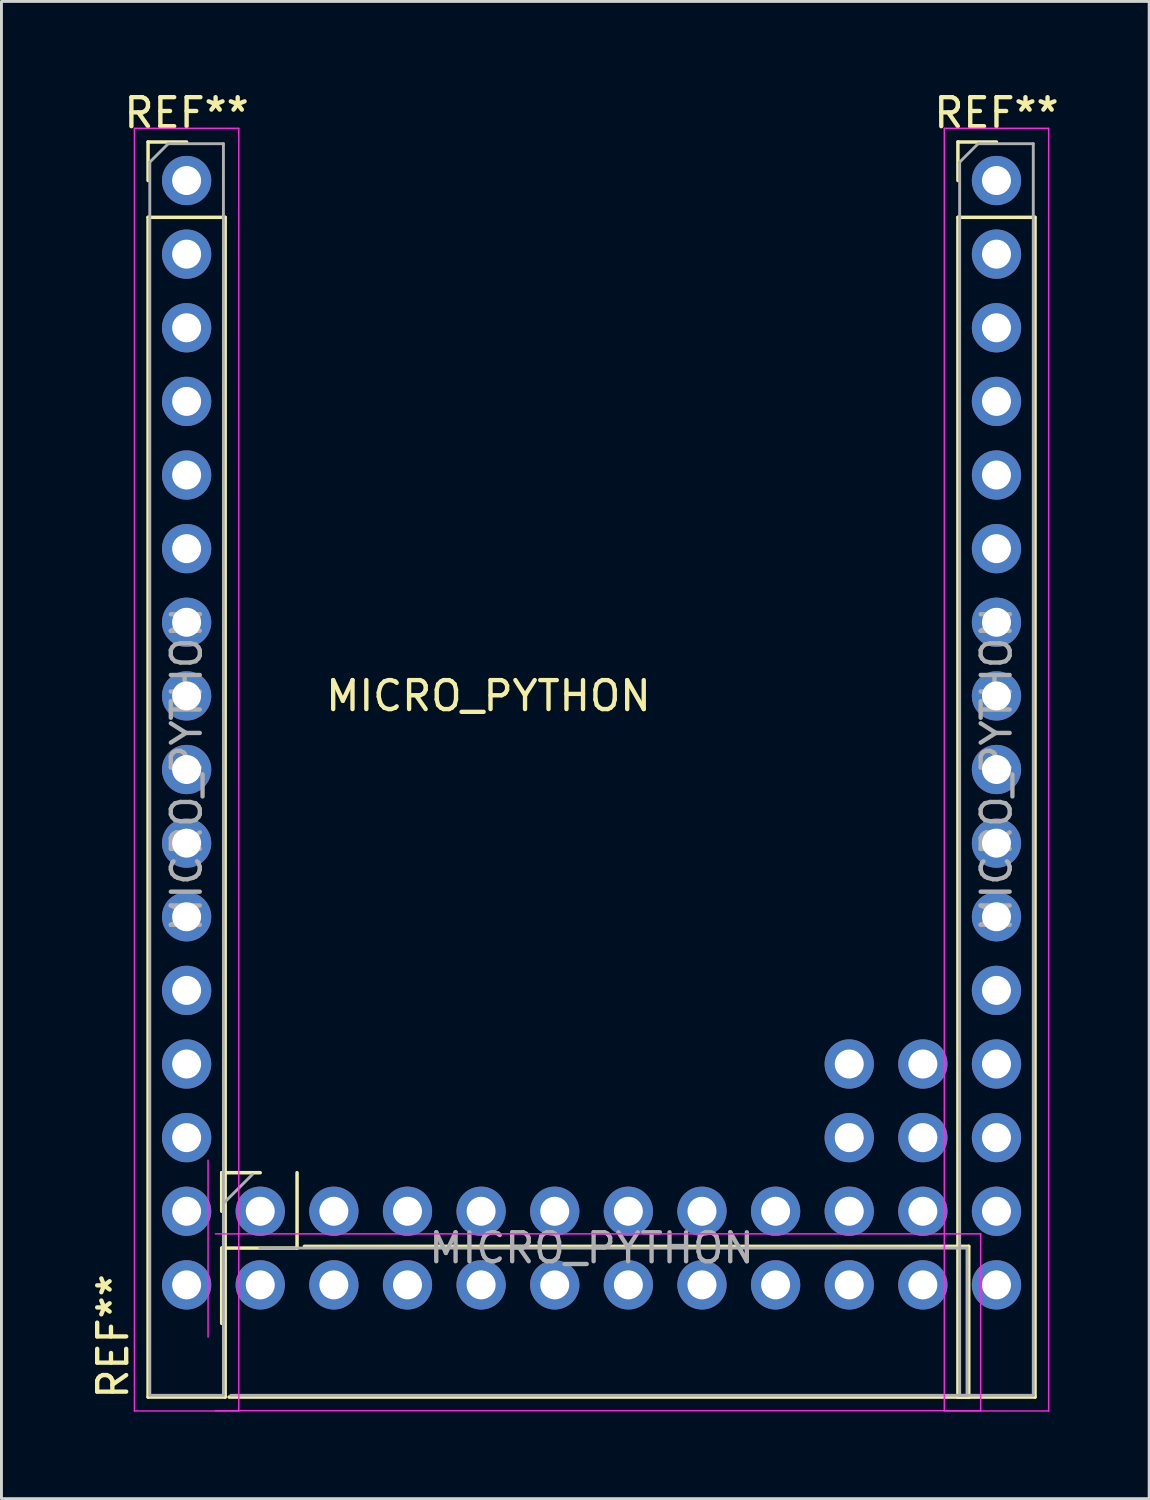
<source format=kicad_pcb>
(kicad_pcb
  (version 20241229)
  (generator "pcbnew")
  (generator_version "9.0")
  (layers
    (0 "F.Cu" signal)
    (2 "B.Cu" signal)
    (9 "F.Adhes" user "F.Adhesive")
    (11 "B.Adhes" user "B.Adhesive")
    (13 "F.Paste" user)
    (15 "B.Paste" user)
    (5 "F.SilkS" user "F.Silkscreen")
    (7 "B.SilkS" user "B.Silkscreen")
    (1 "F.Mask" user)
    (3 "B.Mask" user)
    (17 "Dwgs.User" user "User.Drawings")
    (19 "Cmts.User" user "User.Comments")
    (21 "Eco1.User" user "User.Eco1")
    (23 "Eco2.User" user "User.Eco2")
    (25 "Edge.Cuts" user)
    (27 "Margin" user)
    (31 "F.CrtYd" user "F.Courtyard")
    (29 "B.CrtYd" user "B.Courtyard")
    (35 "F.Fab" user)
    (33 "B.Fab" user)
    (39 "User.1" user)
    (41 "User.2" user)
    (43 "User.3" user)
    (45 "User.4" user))
  (footprint "MICRO_PYTHON"
    (layer "F.Cu")
    (at 13.294 22.99)
    (property "Reference" "MICRO_PYTHON" (at 0.508 -2.032 0) (layer "F.SilkS") (effects (font (size 1 1) (thickness 0.15))))
    (attr through_hole)
    (fp_line (start -11.236 -21.142) (end -9.906 -21.142) (stroke (width 0.12) (type solid)) (layer "F.SilkS"))
    (fp_line (start -11.236 -19.812) (end -11.236 -21.142) (stroke (width 0.12) (type solid)) (layer "F.SilkS"))
    (fp_line (start -11.236 -18.542) (end -11.236 22.158) (stroke (width 0.12) (type solid)) (layer "F.SilkS"))
    (fp_line (start -11.236 -18.542) (end -8.576 -18.542) (stroke (width 0.12) (type solid)) (layer "F.SilkS"))
    (fp_line (start -11.236 22.158) (end -8.576 22.158) (stroke (width 0.12) (type solid)) (layer "F.SilkS"))
    (fp_line (start -8.696 14.418) (end -7.366 14.418) (stroke (width 0.12) (type solid)) (layer "F.SilkS"))
    (fp_line (start -8.696 15.748) (end -8.696 14.418) (stroke (width 0.12) (type solid)) (layer "F.SilkS"))
    (fp_line (start -8.696 17.018) (end -6.096 17.018) (stroke (width 0.12) (type solid)) (layer "F.SilkS"))
    (fp_line (start -8.696 19.618) (end -8.696 17.018) (stroke (width 0.12) (type solid)) (layer "F.SilkS"))
    (fp_line (start -8.576 -18.542) (end -8.576 22.158) (stroke (width 0.12) (type solid)) (layer "F.SilkS"))
    (fp_line (start -8.442 22.158) (end 17.078 22.158) (stroke (width 0.12) (type solid)) (layer "F.SilkS"))
    (fp_line (start -6.096 17.018) (end -6.096 14.418) (stroke (width 0.12) (type solid)) (layer "F.SilkS"))
    (fp_line (start -5.842 16.958) (end 17.078 16.958) (stroke (width 0.12) (type solid)) (layer "F.SilkS"))
    (fp_line (start 16.704 -21.142) (end 18.034 -21.142) (stroke (width 0.12) (type solid)) (layer "F.SilkS"))
    (fp_line (start 16.704 -19.812) (end 16.704 -21.142) (stroke (width 0.12) (type solid)) (layer "F.SilkS"))
    (fp_line (start 16.704 -18.542) (end 16.704 22.158) (stroke (width 0.12) (type solid)) (layer "F.SilkS"))
    (fp_line (start 16.704 -18.542) (end 19.364 -18.542) (stroke (width 0.12) (type solid)) (layer "F.SilkS"))
    (fp_line (start 16.704 22.158) (end 19.364 22.158) (stroke (width 0.12) (type solid)) (layer "F.SilkS"))
    (fp_line (start 17.078 22.158) (end 17.078 16.958) (stroke (width 0.12) (type solid)) (layer "F.SilkS"))
    (fp_line (start 19.364 -18.542) (end 19.364 22.158) (stroke (width 0.12) (type solid)) (layer "F.SilkS"))
    (fp_line (start -11.706 -21.612) (end -11.706 22.638) (stroke (width 0.05) (type solid)) (layer "F.CrtYd"))
    (fp_line (start -11.706 22.638) (end -8.106 22.638) (stroke (width 0.05) (type solid)) (layer "F.CrtYd"))
    (fp_line (start -9.166 20.088) (end -9.166 13.988) (stroke (width 0.05) (type solid)) (layer "F.CrtYd"))
    (fp_line (start -8.912 16.528) (end 17.488 16.528) (stroke (width 0.05) (type solid)) (layer "F.CrtYd"))
    (fp_line (start -8.106 -21.612) (end -11.706 -21.612) (stroke (width 0.05) (type solid)) (layer "F.CrtYd"))
    (fp_line (start -8.106 22.638) (end -8.106 -21.612) (stroke (width 0.05) (type solid)) (layer "F.CrtYd"))
    (fp_line (start 16.234 -21.612) (end 16.234 22.638) (stroke (width 0.05) (type solid)) (layer "F.CrtYd"))
    (fp_line (start 16.234 22.638) (end 19.834 22.638) (stroke (width 0.05) (type solid)) (layer "F.CrtYd"))
    (fp_line (start 17.488 16.528) (end 17.488 22.628) (stroke (width 0.05) (type solid)) (layer "F.CrtYd"))
    (fp_line (start 17.488 22.628) (end -8.912 22.628) (stroke (width 0.05) (type solid)) (layer "F.CrtYd"))
    (fp_line (start 19.834 -21.612) (end 16.234 -21.612) (stroke (width 0.05) (type solid)) (layer "F.CrtYd"))
    (fp_line (start 19.834 22.638) (end 19.834 -21.612) (stroke (width 0.05) (type solid)) (layer "F.CrtYd"))
    (fp_line (start -11.176 -20.447) (end -10.541 -21.082) (stroke (width 0.1) (type solid)) (layer "F.Fab"))
    (fp_line (start -11.176 22.098) (end -11.176 -20.447) (stroke (width 0.1) (type solid)) (layer "F.Fab"))
    (fp_line (start -10.541 -21.082) (end -8.636 -21.082) (stroke (width 0.1) (type solid)) (layer "F.Fab"))
    (fp_line (start -8.636 -21.082) (end -8.636 22.098) (stroke (width 0.1) (type solid)) (layer "F.Fab"))
    (fp_line (start -8.636 15.478) (end -7.636 14.478) (stroke (width 0.1) (type solid)) (layer "F.Fab"))
    (fp_line (start -8.636 19.558) (end -8.636 15.478) (stroke (width 0.1) (type solid)) (layer "F.Fab"))
    (fp_line (start -8.636 22.098) (end -11.176 22.098) (stroke (width 0.1) (type solid)) (layer "F.Fab"))
    (fp_line (start -7.382 17.018) (end 17.018 17.018) (stroke (width 0.1) (type solid)) (layer "F.Fab"))
    (fp_line (start 16.764 -20.447) (end 17.399 -21.082) (stroke (width 0.1) (type solid)) (layer "F.Fab"))
    (fp_line (start 16.764 22.098) (end 16.764 -20.447) (stroke (width 0.1) (type solid)) (layer "F.Fab"))
    (fp_line (start 17.018 17.018) (end 17.018 22.098) (stroke (width 0.1) (type solid)) (layer "F.Fab"))
    (fp_line (start 17.018 22.098) (end -8.382 22.098) (stroke (width 0.1) (type solid)) (layer "F.Fab"))
    (fp_line (start 17.399 -21.082) (end 19.304 -21.082) (stroke (width 0.1) (type solid)) (layer "F.Fab"))
    (fp_line (start 19.304 -21.082) (end 19.304 22.098) (stroke (width 0.1) (type solid)) (layer "F.Fab"))
    (fp_line (start 19.304 22.098) (end 16.764 22.098) (stroke (width 0.1) (type solid)) (layer "F.Fab"))
    (fp_text user "REF**" (at 18.034 -22.142 0) (layer "F.SilkS") (effects (font (size 1 1) (thickness 0.15))))
    (fp_text user "REF**" (at -12.446 20.066 270) (layer "F.SilkS") (effects (font (size 1 1) (thickness 0.15))))
    (fp_text user "REF**" (at -9.906 -22.142 0) (layer "F.SilkS") (effects (font (size 1 1) (thickness 0.15))))
    (fp_text user "${REFERENCE}" (at 18.034 0.508 90) (layer "F.Fab") (effects (font (size 1 1) (thickness 0.15))))
    (fp_text user "${REFERENCE}" (at 4.064 17.018 180) (layer "F.Fab") (effects (font (size 1 1) (thickness 0.15))))
    (fp_text user "${REFERENCE}" (at -9.906 0.508 90) (layer "F.Fab") (effects (font (size 1 1) (thickness 0.15))))
    (pad "3V3" thru_hole oval (at -9.906 15.748) (size 1.7 1.7) (drill 1) (layers "*.Cu" "*.Mask"))
    (pad "3V3" thru_hole oval (at 18.034 -17.272) (size 1.7 1.7) (drill 1) (layers "*.Cu" "*.Mask"))
    (pad "A3V3" thru_hole oval (at 7.874 18.288 90) (size 1.7 1.7) (drill 1) (layers "*.Cu" "*.Mask"))
    (pad "A13" thru_hole oval (at 2.794 15.748 90) (size 1.7 1.7) (drill 1) (layers "*.Cu" "*.Mask"))
    (pad "A14" thru_hole oval (at 0.254 15.748 90) (size 1.7 1.7) (drill 1) (layers "*.Cu" "*.Mask"))
    (pad "A15" thru_hole oval (at -2.286 15.748 90) (size 1.7 1.7) (drill 1) (layers "*.Cu" "*.Mask"))
    (pad "AGND" thru_hole oval (at 10.414 18.288 90) (size 1.7 1.7) (drill 1) (layers "*.Cu" "*.Mask"))
    (pad "B4" thru_hole oval (at -4.826 15.748 90) (size 1.7 1.7) (drill 1) (layers "*.Cu" "*.Mask"))
    (pad "BOOT0" thru_hole circle (at -7.366 15.748 90) (size 1.7 1.7) (drill 1) (layers "*.Cu" "*.Mask"))
    (pad "GND" thru_hole oval (at -9.906 13.208) (size 1.7 1.7) (drill 1) (layers "*.Cu" "*.Mask"))
    (pad "GND" thru_hole oval (at 10.414 15.748 90) (size 1.7 1.7) (drill 1) (layers "*.Cu" "*.Mask"))
    (pad "GND" thru_hole oval (at 12.954 10.668 90) (size 1.7 1.7) (drill 1) (layers "*.Cu" "*.Mask"))
    (pad "GND" thru_hole oval (at 12.954 13.208 90) (size 1.7 1.7) (drill 1) (layers "*.Cu" "*.Mask"))
    (pad "GND" thru_hole oval (at 12.954 15.748 90) (size 1.7 1.7) (drill 1) (layers "*.Cu" "*.Mask"))
    (pad "GND" thru_hole oval (at 12.954 18.288 90) (size 1.7 1.7) (drill 1) (layers "*.Cu" "*.Mask"))
    (pad "GND" thru_hole oval (at 18.034 -14.732) (size 1.7 1.7) (drill 1) (layers "*.Cu" "*.Mask"))
    (pad "RST" thru_hole oval (at -9.906 10.668) (size 1.7 1.7) (drill 1) (layers "*.Cu" "*.Mask"))
    (pad "RST" thru_hole oval (at 18.034 -12.192) (size 1.7 1.7) (drill 1) (layers "*.Cu" "*.Mask"))
    (pad "V+" thru_hole oval (at -9.906 18.288) (size 1.7 1.7) (drill 1) (layers "*.Cu" "*.Mask"))
    (pad "V+" thru_hole oval (at 7.874 15.748 90) (size 1.7 1.7) (drill 1) (layers "*.Cu" "*.Mask"))
    (pad "V+" thru_hole oval (at 15.494 10.668 90) (size 1.7 1.7) (drill 1) (layers "*.Cu" "*.Mask"))
    (pad "V+" thru_hole oval (at 15.494 13.208 90) (size 1.7 1.7) (drill 1) (layers "*.Cu" "*.Mask"))
    (pad "V+" thru_hole oval (at 15.494 15.748 90) (size 1.7 1.7) (drill 1) (layers "*.Cu" "*.Mask"))
    (pad "V+" thru_hole oval (at 15.494 18.288 90) (size 1.7 1.7) (drill 1) (layers "*.Cu" "*.Mask"))
    (pad "V+" thru_hole circle (at 18.034 -19.812) (size 1.7 1.7) (drill 1) (layers "*.Cu" "*.Mask"))
    (pad "VBACK" thru_hole oval (at 5.334 15.748 90) (size 1.7 1.7) (drill 1) (layers "*.Cu" "*.Mask"))
    (pad "X1" thru_hole oval (at 18.034 18.288) (size 1.7 1.7) (drill 1) (layers "*.Cu" "*.Mask"))
    (pad "X2" thru_hole oval (at 18.034 15.748) (size 1.7 1.7) (drill 1) (layers "*.Cu" "*.Mask"))
    (pad "X3" thru_hole oval (at 18.034 13.208) (size 1.7 1.7) (drill 1) (layers "*.Cu" "*.Mask"))
    (pad "X4" thru_hole oval (at 18.034 10.668) (size 1.7 1.7) (drill 1) (layers "*.Cu" "*.Mask"))
    (pad "X5" thru_hole oval (at 18.034 8.128) (size 1.7 1.7) (drill 1) (layers "*.Cu" "*.Mask"))
    (pad "X6" thru_hole oval (at 18.034 5.588) (size 1.7 1.7) (drill 1) (layers "*.Cu" "*.Mask"))
    (pad "X7" thru_hole oval (at 18.034 3.048) (size 1.7 1.7) (drill 1) (layers "*.Cu" "*.Mask"))
    (pad "X8" thru_hole oval (at 18.034 0.508) (size 1.7 1.7) (drill 1) (layers "*.Cu" "*.Mask"))
    (pad "X9" thru_hole oval (at -9.906 0.508) (size 1.7 1.7) (drill 1) (layers "*.Cu" "*.Mask"))
    (pad "X10" thru_hole oval (at -9.906 3.048) (size 1.7 1.7) (drill 1) (layers "*.Cu" "*.Mask"))
    (pad "X11" thru_hole oval (at -9.906 5.588) (size 1.7 1.7) (drill 1) (layers "*.Cu" "*.Mask"))
    (pad "X12" thru_hole oval (at -9.906 8.128) (size 1.7 1.7) (drill 1) (layers "*.Cu" "*.Mask"))
    (pad "X17" thru_hole oval (at -7.366 18.288 90) (size 1.7 1.7) (drill 1) (layers "*.Cu" "*.Mask"))
    (pad "X18" thru_hole oval (at -4.826 18.288 90) (size 1.7 1.7) (drill 1) (layers "*.Cu" "*.Mask"))
    (pad "X19" thru_hole oval (at -2.286 18.288 90) (size 1.7 1.7) (drill 1) (layers "*.Cu" "*.Mask"))
    (pad "X20" thru_hole oval (at 0.254 18.288 90) (size 1.7 1.7) (drill 1) (layers "*.Cu" "*.Mask"))
    (pad "X21" thru_hole oval (at 2.794 18.288 90) (size 1.7 1.7) (drill 1) (layers "*.Cu" "*.Mask"))
    (pad "X22" thru_hole oval (at 5.334 18.288 90) (size 1.7 1.7) (drill 1) (layers "*.Cu" "*.Mask"))
    (pad "Y1" thru_hole circle (at -9.906 -19.812) (size 1.7 1.7) (drill 1) (layers "*.Cu" "*.Mask"))
    (pad "Y2" thru_hole oval (at -9.906 -17.272) (size 1.7 1.7) (drill 1) (layers "*.Cu" "*.Mask"))
    (pad "Y3" thru_hole oval (at -9.906 -14.732) (size 1.7 1.7) (drill 1) (layers "*.Cu" "*.Mask"))
    (pad "Y4" thru_hole oval (at -9.906 -12.192) (size 1.7 1.7) (drill 1) (layers "*.Cu" "*.Mask"))
    (pad "Y5" thru_hole oval (at -9.906 -9.652) (size 1.7 1.7) (drill 1) (layers "*.Cu" "*.Mask"))
    (pad "Y6" thru_hole oval (at -9.906 -7.112) (size 1.7 1.7) (drill 1) (layers "*.Cu" "*.Mask"))
    (pad "Y7" thru_hole oval (at -9.906 -4.572) (size 1.7 1.7) (drill 1) (layers "*.Cu" "*.Mask"))
    (pad "Y8" thru_hole oval (at -9.906 -2.032) (size 1.7 1.7) (drill 1) (layers "*.Cu" "*.Mask"))
    (pad "Y9" thru_hole oval (at 18.034 -2.032) (size 1.7 1.7) (drill 1) (layers "*.Cu" "*.Mask"))
    (pad "Y10" thru_hole oval (at 18.034 -4.572) (size 1.7 1.7) (drill 1) (layers "*.Cu" "*.Mask"))
    (pad "Y11" thru_hole oval (at 18.034 -7.112) (size 1.7 1.7) (drill 1) (layers "*.Cu" "*.Mask"))
    (pad "Y12" thru_hole oval (at 18.034 -9.652) (size 1.7 1.7) (drill 1) (layers "*.Cu" "*.Mask")))
  (gr_rect
    (start -3 -3)
    (end 36.596 48.653)
    (stroke (width 0.1) (type default))
    (fill no)
    (layer "Edge.Cuts")))
</source>
